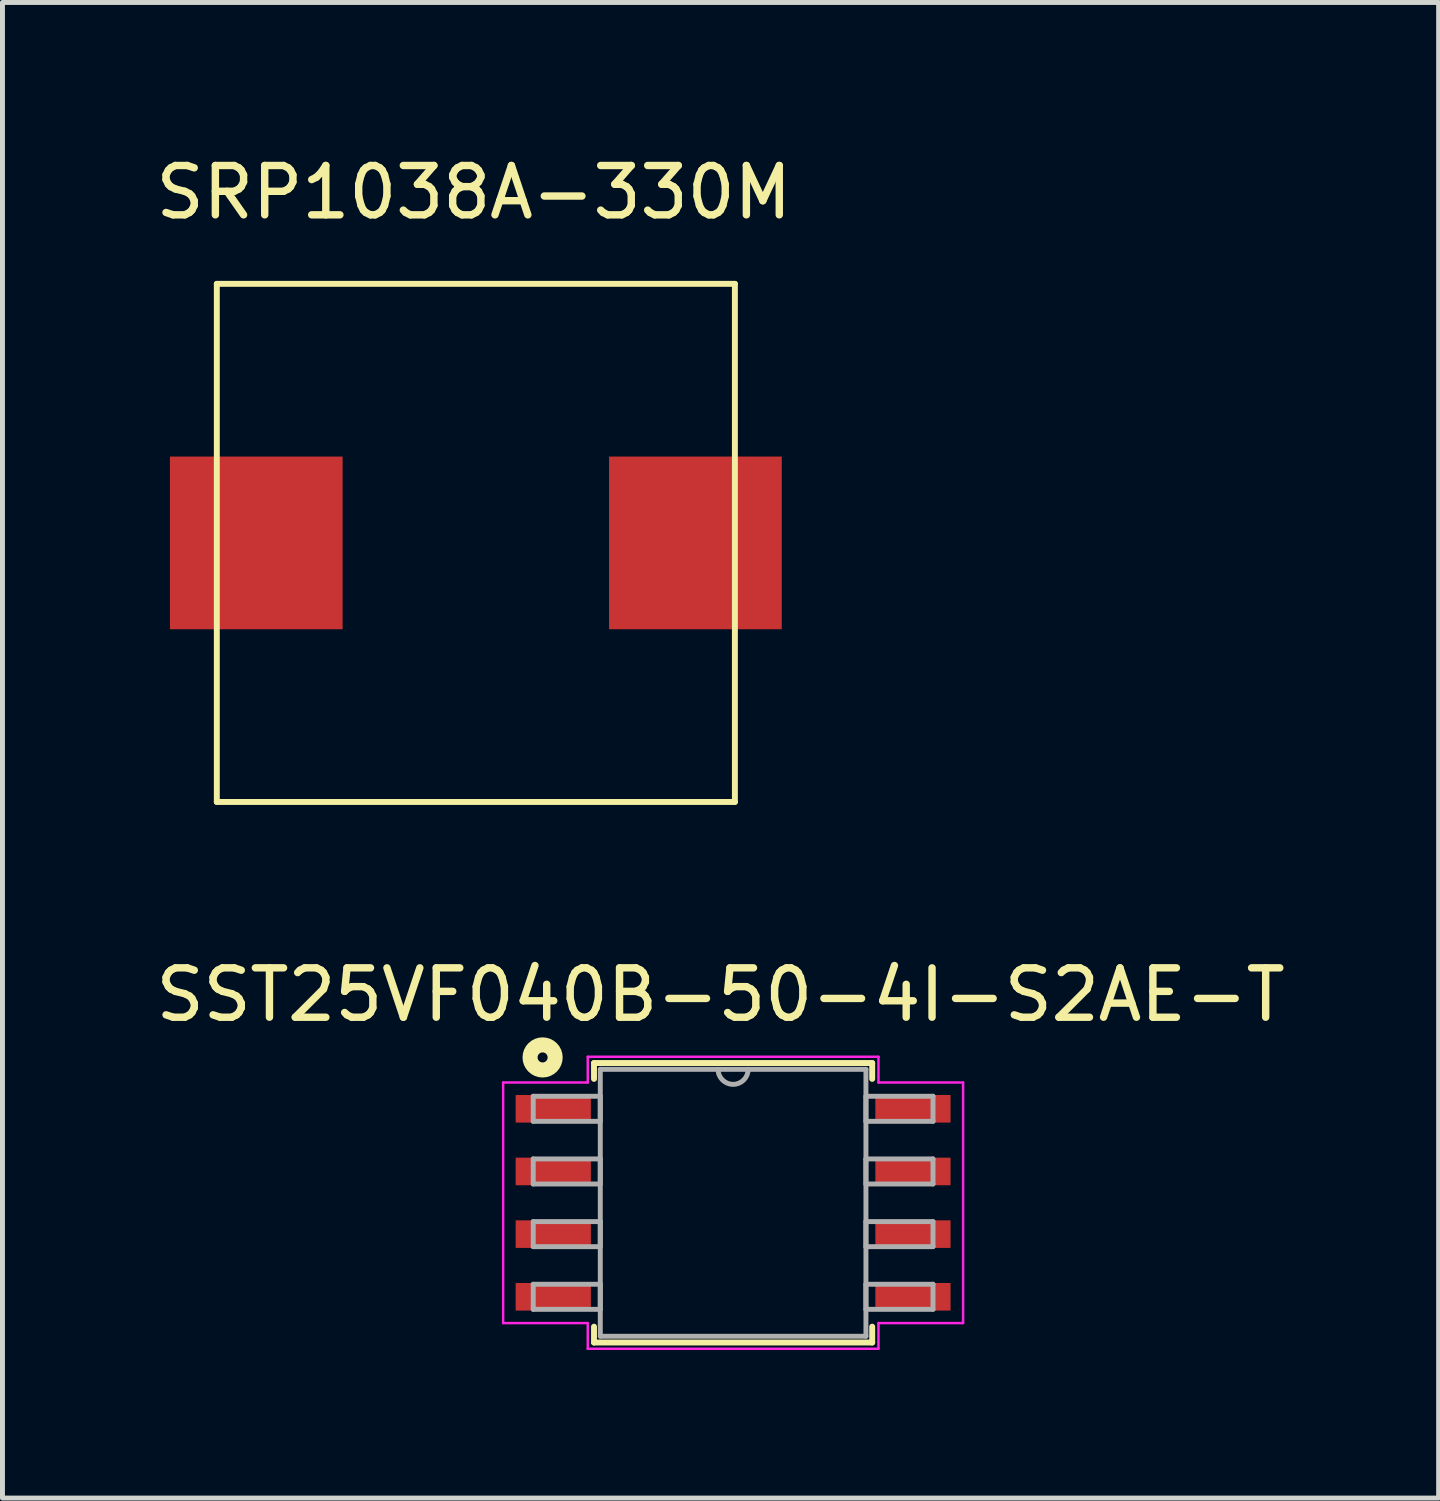
<source format=kicad_pcb>
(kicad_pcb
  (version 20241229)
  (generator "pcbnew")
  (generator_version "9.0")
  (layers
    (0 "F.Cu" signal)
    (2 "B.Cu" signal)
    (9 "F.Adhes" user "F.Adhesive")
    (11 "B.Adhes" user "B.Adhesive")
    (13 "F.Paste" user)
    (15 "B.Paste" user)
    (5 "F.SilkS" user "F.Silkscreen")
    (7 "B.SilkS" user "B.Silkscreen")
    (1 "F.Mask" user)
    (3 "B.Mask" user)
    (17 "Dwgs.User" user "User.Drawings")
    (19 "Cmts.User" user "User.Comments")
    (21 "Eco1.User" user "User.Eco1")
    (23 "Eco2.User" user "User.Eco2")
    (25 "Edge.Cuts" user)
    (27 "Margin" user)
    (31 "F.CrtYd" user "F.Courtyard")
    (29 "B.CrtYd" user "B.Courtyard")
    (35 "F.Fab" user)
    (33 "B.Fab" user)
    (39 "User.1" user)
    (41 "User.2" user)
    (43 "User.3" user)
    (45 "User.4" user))
  (footprint "SST25VF040B-50-4I-S2AE-T"
    (layer "F.Cu")
    (at 11.808 21.327)
    (property "Reference" "SST25VF040B-50-4I-S2AE-T" (at -0.254 -4.216 0) (layer "F.SilkS") (effects (font (size 1 1) (thickness 0.15))))
    (attr through_hole)
    (fp_line (start -2.819 -2.832) (end -2.819 -2.511) (stroke (width 0.12) (type solid)) (layer "F.SilkS"))
    (fp_line (start -2.819 2.511) (end -2.819 2.832) (stroke (width 0.12) (type solid)) (layer "F.SilkS"))
    (fp_line (start -2.819 2.832) (end 2.819 2.832) (stroke (width 0.12) (type solid)) (layer "F.SilkS"))
    (fp_line (start 2.819 -2.832) (end -2.819 -2.832) (stroke (width 0.12) (type solid)) (layer "F.SilkS"))
    (fp_line (start 2.819 -2.511) (end 2.819 -2.832) (stroke (width 0.12) (type solid)) (layer "F.SilkS"))
    (fp_line (start 2.819 2.832) (end 2.819 2.511) (stroke (width 0.12) (type solid)) (layer "F.SilkS"))
    (fp_circle (center -3.861 -2.946) (end -3.759 -2.946) (stroke (width 0.305) (type solid)) (fill no) (layer "F.SilkS"))
    (fp_line (start -4.661 -2.438) (end -2.946 -2.438) (stroke (width 0.05) (type solid)) (layer "F.CrtYd"))
    (fp_line (start -4.661 2.438) (end -4.661 -2.438) (stroke (width 0.05) (type solid)) (layer "F.CrtYd"))
    (fp_line (start -2.946 -2.959) (end 2.946 -2.959) (stroke (width 0.05) (type solid)) (layer "F.CrtYd"))
    (fp_line (start -2.946 -2.438) (end -2.946 -2.959) (stroke (width 0.05) (type solid)) (layer "F.CrtYd"))
    (fp_line (start -2.946 2.438) (end -4.661 2.438) (stroke (width 0.05) (type solid)) (layer "F.CrtYd"))
    (fp_line (start -2.946 2.959) (end -2.946 2.438) (stroke (width 0.05) (type solid)) (layer "F.CrtYd"))
    (fp_line (start 2.946 -2.959) (end 2.946 -2.438) (stroke (width 0.05) (type solid)) (layer "F.CrtYd"))
    (fp_line (start 2.946 -2.438) (end 4.661 -2.438) (stroke (width 0.05) (type solid)) (layer "F.CrtYd"))
    (fp_line (start 2.946 2.438) (end 2.946 2.959) (stroke (width 0.05) (type solid)) (layer "F.CrtYd"))
    (fp_line (start 2.946 2.959) (end -2.946 2.959) (stroke (width 0.05) (type solid)) (layer "F.CrtYd"))
    (fp_line (start 4.661 -2.438) (end 4.661 2.438) (stroke (width 0.05) (type solid)) (layer "F.CrtYd"))
    (fp_line (start 4.661 2.438) (end 2.946 2.438) (stroke (width 0.05) (type solid)) (layer "F.CrtYd"))
    (fp_line (start -4.051 -2.159) (end -4.051 -1.651) (stroke (width 0.1) (type solid)) (layer "F.Fab"))
    (fp_line (start -4.051 -1.651) (end -2.692 -1.651) (stroke (width 0.1) (type solid)) (layer "F.Fab"))
    (fp_line (start -4.051 -0.889) (end -4.051 -0.381) (stroke (width 0.1) (type solid)) (layer "F.Fab"))
    (fp_line (start -4.051 -0.381) (end -2.692 -0.381) (stroke (width 0.1) (type solid)) (layer "F.Fab"))
    (fp_line (start -4.051 0.381) (end -4.051 0.889) (stroke (width 0.1) (type solid)) (layer "F.Fab"))
    (fp_line (start -4.051 0.889) (end -2.692 0.889) (stroke (width 0.1) (type solid)) (layer "F.Fab"))
    (fp_line (start -4.051 1.651) (end -4.051 2.159) (stroke (width 0.1) (type solid)) (layer "F.Fab"))
    (fp_line (start -4.051 2.159) (end -2.692 2.159) (stroke (width 0.1) (type solid)) (layer "F.Fab"))
    (fp_line (start -2.692 -2.705) (end -2.692 2.705) (stroke (width 0.1) (type solid)) (layer "F.Fab"))
    (fp_line (start -2.692 -2.159) (end -4.051 -2.159) (stroke (width 0.1) (type solid)) (layer "F.Fab"))
    (fp_line (start -2.692 -1.651) (end -2.692 -2.159) (stroke (width 0.1) (type solid)) (layer "F.Fab"))
    (fp_line (start -2.692 -0.889) (end -4.051 -0.889) (stroke (width 0.1) (type solid)) (layer "F.Fab"))
    (fp_line (start -2.692 -0.381) (end -2.692 -0.889) (stroke (width 0.1) (type solid)) (layer "F.Fab"))
    (fp_line (start -2.692 0.381) (end -4.051 0.381) (stroke (width 0.1) (type solid)) (layer "F.Fab"))
    (fp_line (start -2.692 0.889) (end -2.692 0.381) (stroke (width 0.1) (type solid)) (layer "F.Fab"))
    (fp_line (start -2.692 1.651) (end -4.051 1.651) (stroke (width 0.1) (type solid)) (layer "F.Fab"))
    (fp_line (start -2.692 2.159) (end -2.692 1.651) (stroke (width 0.1) (type solid)) (layer "F.Fab"))
    (fp_line (start -2.692 2.705) (end 2.692 2.705) (stroke (width 0.1) (type solid)) (layer "F.Fab"))
    (fp_line (start 2.692 -2.705) (end -2.692 -2.705) (stroke (width 0.1) (type solid)) (layer "F.Fab"))
    (fp_line (start 2.692 -2.159) (end 2.692 -1.651) (stroke (width 0.1) (type solid)) (layer "F.Fab"))
    (fp_line (start 2.692 -1.651) (end 4.051 -1.651) (stroke (width 0.1) (type solid)) (layer "F.Fab"))
    (fp_line (start 2.692 -0.889) (end 2.692 -0.381) (stroke (width 0.1) (type solid)) (layer "F.Fab"))
    (fp_line (start 2.692 -0.381) (end 4.051 -0.381) (stroke (width 0.1) (type solid)) (layer "F.Fab"))
    (fp_line (start 2.692 0.381) (end 2.692 0.889) (stroke (width 0.1) (type solid)) (layer "F.Fab"))
    (fp_line (start 2.692 0.889) (end 4.051 0.889) (stroke (width 0.1) (type solid)) (layer "F.Fab"))
    (fp_line (start 2.692 1.651) (end 2.692 2.159) (stroke (width 0.1) (type solid)) (layer "F.Fab"))
    (fp_line (start 2.692 2.159) (end 4.051 2.159) (stroke (width 0.1) (type solid)) (layer "F.Fab"))
    (fp_line (start 2.692 2.705) (end 2.692 -2.705) (stroke (width 0.1) (type solid)) (layer "F.Fab"))
    (fp_line (start 4.051 -2.159) (end 2.692 -2.159) (stroke (width 0.1) (type solid)) (layer "F.Fab"))
    (fp_line (start 4.051 -1.651) (end 4.051 -2.159) (stroke (width 0.1) (type solid)) (layer "F.Fab"))
    (fp_line (start 4.051 -0.889) (end 2.692 -0.889) (stroke (width 0.1) (type solid)) (layer "F.Fab"))
    (fp_line (start 4.051 -0.381) (end 4.051 -0.889) (stroke (width 0.1) (type solid)) (layer "F.Fab"))
    (fp_line (start 4.051 0.381) (end 2.692 0.381) (stroke (width 0.1) (type solid)) (layer "F.Fab"))
    (fp_line (start 4.051 0.889) (end 4.051 0.381) (stroke (width 0.1) (type solid)) (layer "F.Fab"))
    (fp_line (start 4.051 1.651) (end 2.692 1.651) (stroke (width 0.1) (type solid)) (layer "F.Fab"))
    (fp_line (start 4.051 2.159) (end 4.051 1.651) (stroke (width 0.1) (type solid)) (layer "F.Fab"))
    (fp_arc (start 0.3048 -2.7051) (mid 0 -2.4003) (end -0.3048 -2.7051) (stroke (width 0.1) (type solid)) (layer "F.Fab"))
    (pad "1" smd rect (at -3.645 -1.905) (size 1.524 0.559) (layers "F.Cu" "F.Mask" "F.Paste"))
    (pad "2" smd rect (at -3.645 -0.635) (size 1.524 0.559) (layers "F.Cu" "F.Mask" "F.Paste"))
    (pad "3" smd rect (at -3.645 0.635) (size 1.524 0.559) (layers "F.Cu" "F.Mask" "F.Paste"))
    (pad "4" smd rect (at -3.645 1.905) (size 1.524 0.559) (layers "F.Cu" "F.Mask" "F.Paste"))
    (pad "5" smd rect (at 3.645 1.905) (size 1.524 0.559) (layers "F.Cu" "F.Mask" "F.Paste"))
    (pad "6" smd rect (at 3.645 0.635) (size 1.524 0.559) (layers "F.Cu" "F.Mask" "F.Paste"))
    (pad "7" smd rect (at 3.645 -0.635) (size 1.524 0.559) (layers "F.Cu" "F.Mask" "F.Paste"))
    (pad "8" smd rect (at 3.645 -1.905) (size 1.524 0.559) (layers "F.Cu" "F.Mask" "F.Paste")))
  (footprint "SRP1038A-330M"
    (layer "F.Cu")
    (at 6.594 7.953)
    (property "Reference" "SRP1038A-330M" (at -0.041 -7.104 0) (layer "F.SilkS") (effects (font (size 1 1) (thickness 0.15))))
    (attr smd)
    (fp_line (start -5.25 -5.25) (end 5.25 -5.25) (stroke (width 0.12) (type solid)) (layer "F.SilkS"))
    (fp_line (start -5.25 5.25) (end -5.25 -5.25) (stroke (width 0.12) (type solid)) (layer "F.SilkS"))
    (fp_line (start 5.25 -5.25) (end 5.25 5.25) (stroke (width 0.12) (type solid)) (layer "F.SilkS"))
    (fp_line (start 5.25 5.25) (end -5.25 5.25) (stroke (width 0.12) (type solid)) (layer "F.SilkS"))
    (pad "1" smd rect (at 4.45 0) (size 3.5 3.5) (layers "F.Cu" "F.Mask" "F.Paste"))
    (pad "2" smd rect (at -4.45 0) (size 3.5 3.5) (layers "F.Cu" "F.Mask" "F.Paste")))
  (gr_rect
    (start -3 -3)
    (end 26.107 27.311)
    (stroke (width 0.1) (type default))
    (fill no)
    (layer "Edge.Cuts")))
</source>
